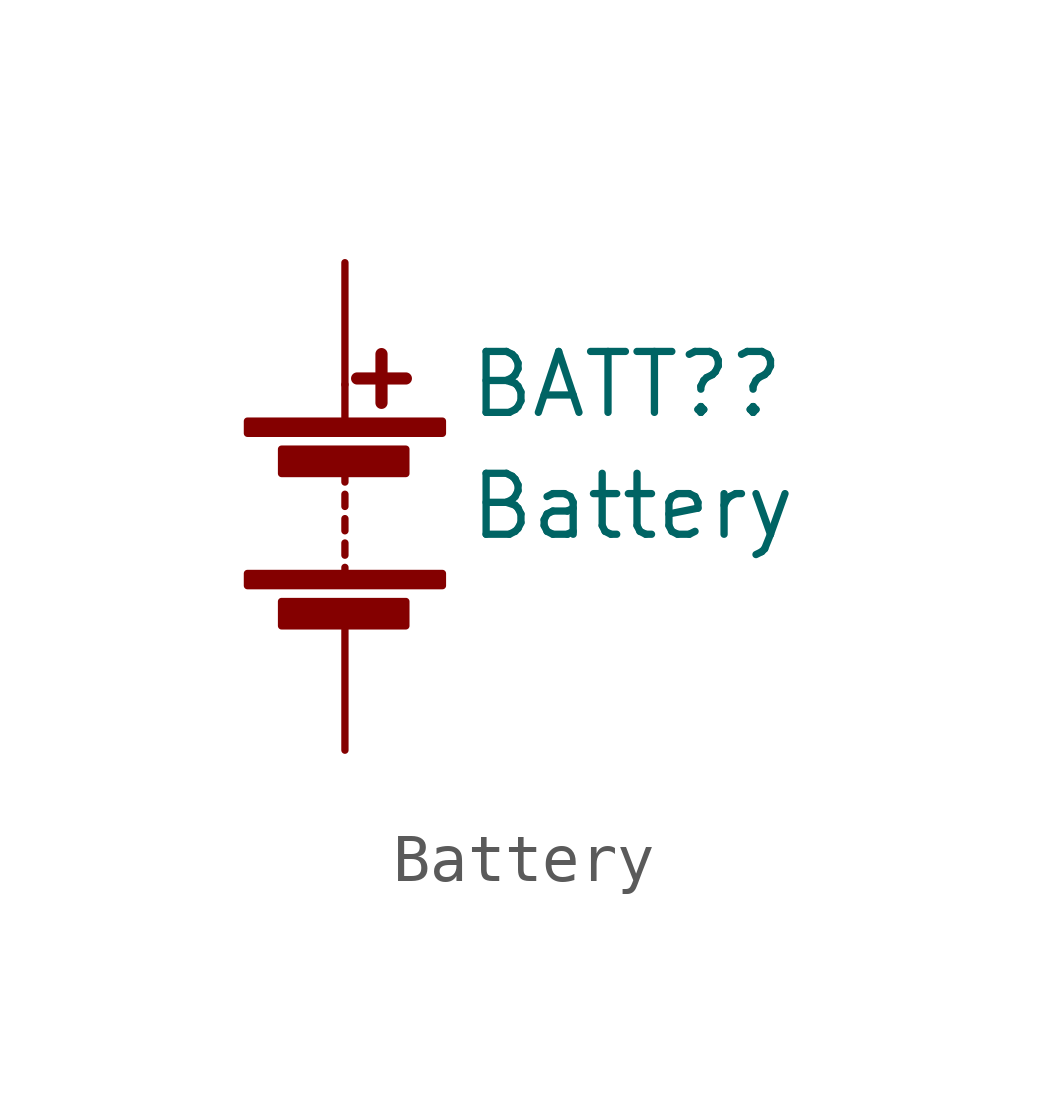
<source format=kicad_sym>
(kicad_symbol_lib
  (version 20231120)
  (generator "kicad_symbol_editor")
  (generator_version "8.0")
  (symbol "Battery"
    (pin_numbers hide)
    (pin_names
      (offset 0) hide)
    (property "Reference" "BATT?"
      (at 2.54 2.54 0)
      (effects (font (size 1.27 1.27)) (justify left)))
    (property "Value" "Battery"
      (at 2.54 0 0)
      (effects (font (size 1.27 1.27)) (justify left)))
    (symbol "Battery_0_1"
      (rectangle (start -2.032 -1.397) (end 2.032 -1.651) (stroke (width 0) (type default)) (fill (type outline)))
      (rectangle (start -2.032 1.778) (end 2.032 1.524) (stroke (width 0) (type default)) (fill (type outline)))
      (rectangle (start -1.321 -1.981) (end 1.27 -2.489) (stroke (width 0) (type default)) (fill (type outline)))
      (rectangle (start -1.321 1.194) (end 1.27 0.686) (stroke (width 0) (type default)) (fill (type outline)))
      (polyline (pts (xy 0 -1.524) (xy 0 -1.27)) (stroke (width 0) (type default)) (fill (type none)))
      (polyline (pts (xy 0 -1.016) (xy 0 -0.762)) (stroke (width 0) (type default)) (fill (type none)))
      (polyline (pts (xy 0 -0.508) (xy 0 -0.254)) (stroke (width 0) (type default)) (fill (type none)))
      (polyline (pts (xy 0 0) (xy 0 0.254)) (stroke (width 0) (type default)) (fill (type none)))
      (polyline (pts (xy 0 0.508) (xy 0 0.762)) (stroke (width 0) (type default)) (fill (type none)))
      (polyline (pts (xy 0 1.778) (xy 0 2.54)) (stroke (width 0) (type default)) (fill (type none)))
      (polyline (pts (xy 0.254 2.667) (xy 1.27 2.667)) (stroke (width 0.254) (type default)) (fill (type none)))
      (polyline (pts (xy 0.762 3.175) (xy 0.762 2.159)) (stroke (width 0.254) (type default)) (fill (type none))))
    (symbol "Battery_1_1"
      (pin power_out line (at 0 5.08 270) (length 2.54) (name "+" (effects (font (size 1.27 1.27)))) (number "1" (effects (font (size 1.27 1.27)))))
      (pin power_out line (at 0 -5.08 90) (length 2.54) (name "-" (effects (font (size 1.27 1.27)))) (number "2" (effects (font (size 1.27 1.27))))))))
</source>
